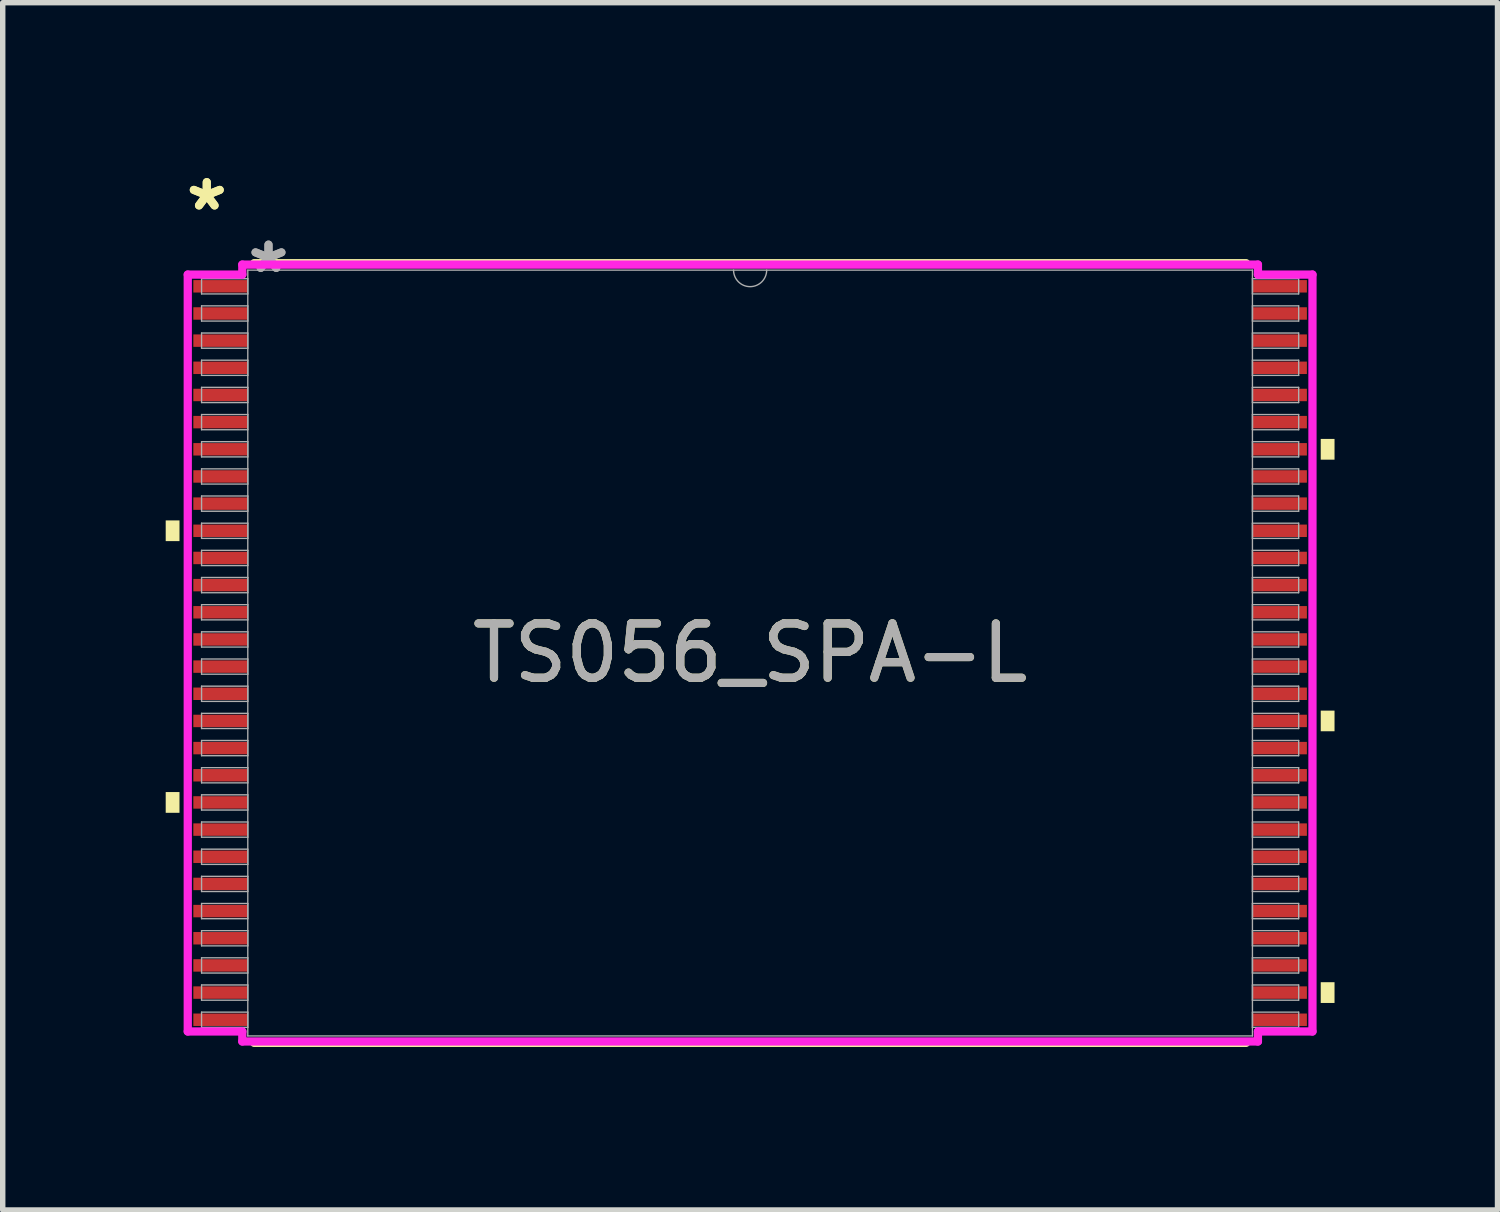
<source format=kicad_pcb>
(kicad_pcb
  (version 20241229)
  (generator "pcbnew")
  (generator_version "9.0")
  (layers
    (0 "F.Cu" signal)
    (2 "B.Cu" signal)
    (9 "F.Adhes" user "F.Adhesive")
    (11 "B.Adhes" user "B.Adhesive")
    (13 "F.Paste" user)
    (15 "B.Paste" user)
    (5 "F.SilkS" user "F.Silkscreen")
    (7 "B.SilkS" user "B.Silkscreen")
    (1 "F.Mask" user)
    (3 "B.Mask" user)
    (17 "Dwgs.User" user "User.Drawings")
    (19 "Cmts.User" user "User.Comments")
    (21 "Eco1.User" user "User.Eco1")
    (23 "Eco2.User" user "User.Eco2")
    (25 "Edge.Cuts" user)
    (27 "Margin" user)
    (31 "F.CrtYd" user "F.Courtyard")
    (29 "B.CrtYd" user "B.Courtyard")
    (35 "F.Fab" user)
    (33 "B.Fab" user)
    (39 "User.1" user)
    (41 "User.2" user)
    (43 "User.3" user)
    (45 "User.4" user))
  (footprint "TS056_SPA-L"
    (layer "F.Cu")
    (at 10.757 8.97)
    (property "Reference" "TS056_SPA-L" (at 0 0 0) (unlocked yes) (layer "F.SilkS") (effects (font (size 1 1) (thickness 0.15))))
    (attr smd)
    (fp_line (start -9.128 7.176) (end 9.128 7.176) (stroke (width 0.152) (type solid)) (layer "F.SilkS"))
    (fp_line (start 9.128 -7.176) (end -9.128 -7.176) (stroke (width 0.152) (type solid)) (layer "F.SilkS"))
    (fp_poly (pts (xy -10.757 -2.441) (xy -10.757 -2.06) (xy -10.503 -2.06) (xy -10.503 -2.441)) (stroke (width 0) (type solid)) (fill yes) (layer "F.SilkS"))
    (fp_poly (pts (xy -10.757 2.559) (xy -10.757 2.941) (xy -10.503 2.941) (xy -10.503 2.559)) (stroke (width 0) (type solid)) (fill yes) (layer "F.SilkS"))
    (fp_poly (pts (xy 10.757 -3.941) (xy 10.757 -3.559) (xy 10.503 -3.559) (xy 10.503 -3.941)) (stroke (width 0) (type solid)) (fill yes) (layer "F.SilkS"))
    (fp_poly (pts (xy 10.757 1.06) (xy 10.757 1.44) (xy 10.503 1.44) (xy 10.503 1.06)) (stroke (width 0) (type solid)) (fill yes) (layer "F.SilkS"))
    (fp_poly (pts (xy 10.757 6.059) (xy 10.757 6.441) (xy 10.503 6.441) (xy 10.503 6.059)) (stroke (width 0) (type solid)) (fill yes) (layer "F.SilkS"))
    (fp_line (start -10.351 -6.966) (end -9.347 -6.966) (stroke (width 0.152) (type solid)) (layer "F.CrtYd"))
    (fp_line (start -10.351 6.966) (end -10.351 -6.966) (stroke (width 0.152) (type solid)) (layer "F.CrtYd"))
    (fp_line (start -10.351 6.966) (end -9.347 6.966) (stroke (width 0.152) (type solid)) (layer "F.CrtYd"))
    (fp_line (start -9.347 -7.15) (end 9.347 -7.15) (stroke (width 0.152) (type solid)) (layer "F.CrtYd"))
    (fp_line (start -9.347 -6.966) (end -9.347 -7.15) (stroke (width 0.152) (type solid)) (layer "F.CrtYd"))
    (fp_line (start -9.347 7.15) (end -9.347 6.966) (stroke (width 0.152) (type solid)) (layer "F.CrtYd"))
    (fp_line (start 9.347 -7.15) (end 9.347 -6.966) (stroke (width 0.152) (type solid)) (layer "F.CrtYd"))
    (fp_line (start 9.347 6.966) (end 9.347 7.15) (stroke (width 0.152) (type solid)) (layer "F.CrtYd"))
    (fp_line (start 9.347 7.15) (end -9.347 7.15) (stroke (width 0.152) (type solid)) (layer "F.CrtYd"))
    (fp_line (start 10.351 -6.966) (end 9.347 -6.966) (stroke (width 0.152) (type solid)) (layer "F.CrtYd"))
    (fp_line (start 10.351 -6.966) (end 10.351 6.966) (stroke (width 0.152) (type solid)) (layer "F.CrtYd"))
    (fp_line (start 10.351 6.966) (end 9.347 6.966) (stroke (width 0.152) (type solid)) (layer "F.CrtYd"))
    (fp_line (start -10.097 -6.89) (end -10.097 -6.61) (stroke (width 0.025) (type solid)) (layer "F.Fab"))
    (fp_line (start -10.097 -6.61) (end -9.246 -6.61) (stroke (width 0.025) (type solid)) (layer "F.Fab"))
    (fp_line (start -10.097 -6.39) (end -10.097 -6.11) (stroke (width 0.025) (type solid)) (layer "F.Fab"))
    (fp_line (start -10.097 -6.11) (end -9.246 -6.11) (stroke (width 0.025) (type solid)) (layer "F.Fab"))
    (fp_line (start -10.097 -5.89) (end -10.097 -5.61) (stroke (width 0.025) (type solid)) (layer "F.Fab"))
    (fp_line (start -10.097 -5.61) (end -9.246 -5.61) (stroke (width 0.025) (type solid)) (layer "F.Fab"))
    (fp_line (start -10.097 -5.39) (end -10.097 -5.11) (stroke (width 0.025) (type solid)) (layer "F.Fab"))
    (fp_line (start -10.097 -5.11) (end -9.246 -5.11) (stroke (width 0.025) (type solid)) (layer "F.Fab"))
    (fp_line (start -10.097 -4.89) (end -10.097 -4.61) (stroke (width 0.025) (type solid)) (layer "F.Fab"))
    (fp_line (start -10.097 -4.61) (end -9.246 -4.61) (stroke (width 0.025) (type solid)) (layer "F.Fab"))
    (fp_line (start -10.097 -4.39) (end -10.097 -4.11) (stroke (width 0.025) (type solid)) (layer "F.Fab"))
    (fp_line (start -10.097 -4.11) (end -9.246 -4.11) (stroke (width 0.025) (type solid)) (layer "F.Fab"))
    (fp_line (start -10.097 -3.89) (end -10.097 -3.61) (stroke (width 0.025) (type solid)) (layer "F.Fab"))
    (fp_line (start -10.097 -3.61) (end -9.246 -3.61) (stroke (width 0.025) (type solid)) (layer "F.Fab"))
    (fp_line (start -10.097 -3.39) (end -10.097 -3.11) (stroke (width 0.025) (type solid)) (layer "F.Fab"))
    (fp_line (start -10.097 -3.11) (end -9.246 -3.11) (stroke (width 0.025) (type solid)) (layer "F.Fab"))
    (fp_line (start -10.097 -2.89) (end -10.097 -2.61) (stroke (width 0.025) (type solid)) (layer "F.Fab"))
    (fp_line (start -10.097 -2.61) (end -9.246 -2.61) (stroke (width 0.025) (type solid)) (layer "F.Fab"))
    (fp_line (start -10.097 -2.39) (end -10.097 -2.11) (stroke (width 0.025) (type solid)) (layer "F.Fab"))
    (fp_line (start -10.097 -2.11) (end -9.246 -2.11) (stroke (width 0.025) (type solid)) (layer "F.Fab"))
    (fp_line (start -10.097 -1.89) (end -10.097 -1.61) (stroke (width 0.025) (type solid)) (layer "F.Fab"))
    (fp_line (start -10.097 -1.61) (end -9.246 -1.61) (stroke (width 0.025) (type solid)) (layer "F.Fab"))
    (fp_line (start -10.097 -1.39) (end -10.097 -1.11) (stroke (width 0.025) (type solid)) (layer "F.Fab"))
    (fp_line (start -10.097 -1.11) (end -9.246 -1.11) (stroke (width 0.025) (type solid)) (layer "F.Fab"))
    (fp_line (start -10.097 -0.89) (end -10.097 -0.61) (stroke (width 0.025) (type solid)) (layer "F.Fab"))
    (fp_line (start -10.097 -0.61) (end -9.246 -0.61) (stroke (width 0.025) (type solid)) (layer "F.Fab"))
    (fp_line (start -10.097 -0.39) (end -10.097 -0.11) (stroke (width 0.025) (type solid)) (layer "F.Fab"))
    (fp_line (start -10.097 -0.11) (end -9.246 -0.11) (stroke (width 0.025) (type solid)) (layer "F.Fab"))
    (fp_line (start -10.097 0.11) (end -10.097 0.39) (stroke (width 0.025) (type solid)) (layer "F.Fab"))
    (fp_line (start -10.097 0.39) (end -9.246 0.39) (stroke (width 0.025) (type solid)) (layer "F.Fab"))
    (fp_line (start -10.097 0.61) (end -10.097 0.89) (stroke (width 0.025) (type solid)) (layer "F.Fab"))
    (fp_line (start -10.097 0.89) (end -9.246 0.89) (stroke (width 0.025) (type solid)) (layer "F.Fab"))
    (fp_line (start -10.097 1.11) (end -10.097 1.39) (stroke (width 0.025) (type solid)) (layer "F.Fab"))
    (fp_line (start -10.097 1.39) (end -9.246 1.39) (stroke (width 0.025) (type solid)) (layer "F.Fab"))
    (fp_line (start -10.097 1.61) (end -10.097 1.89) (stroke (width 0.025) (type solid)) (layer "F.Fab"))
    (fp_line (start -10.097 1.89) (end -9.246 1.89) (stroke (width 0.025) (type solid)) (layer "F.Fab"))
    (fp_line (start -10.097 2.11) (end -10.097 2.39) (stroke (width 0.025) (type solid)) (layer "F.Fab"))
    (fp_line (start -10.097 2.39) (end -9.246 2.39) (stroke (width 0.025) (type solid)) (layer "F.Fab"))
    (fp_line (start -10.097 2.61) (end -10.097 2.89) (stroke (width 0.025) (type solid)) (layer "F.Fab"))
    (fp_line (start -10.097 2.89) (end -9.246 2.89) (stroke (width 0.025) (type solid)) (layer "F.Fab"))
    (fp_line (start -10.097 3.11) (end -10.097 3.39) (stroke (width 0.025) (type solid)) (layer "F.Fab"))
    (fp_line (start -10.097 3.39) (end -9.246 3.39) (stroke (width 0.025) (type solid)) (layer "F.Fab"))
    (fp_line (start -10.097 3.61) (end -10.097 3.89) (stroke (width 0.025) (type solid)) (layer "F.Fab"))
    (fp_line (start -10.097 3.89) (end -9.246 3.89) (stroke (width 0.025) (type solid)) (layer "F.Fab"))
    (fp_line (start -10.097 4.11) (end -10.097 4.39) (stroke (width 0.025) (type solid)) (layer "F.Fab"))
    (fp_line (start -10.097 4.39) (end -9.246 4.39) (stroke (width 0.025) (type solid)) (layer "F.Fab"))
    (fp_line (start -10.097 4.61) (end -10.097 4.89) (stroke (width 0.025) (type solid)) (layer "F.Fab"))
    (fp_line (start -10.097 4.89) (end -9.246 4.89) (stroke (width 0.025) (type solid)) (layer "F.Fab"))
    (fp_line (start -10.097 5.11) (end -10.097 5.39) (stroke (width 0.025) (type solid)) (layer "F.Fab"))
    (fp_line (start -10.097 5.39) (end -9.246 5.39) (stroke (width 0.025) (type solid)) (layer "F.Fab"))
    (fp_line (start -10.097 5.61) (end -10.097 5.89) (stroke (width 0.025) (type solid)) (layer "F.Fab"))
    (fp_line (start -10.097 5.89) (end -9.246 5.89) (stroke (width 0.025) (type solid)) (layer "F.Fab"))
    (fp_line (start -10.097 6.11) (end -10.097 6.39) (stroke (width 0.025) (type solid)) (layer "F.Fab"))
    (fp_line (start -10.097 6.39) (end -9.246 6.39) (stroke (width 0.025) (type solid)) (layer "F.Fab"))
    (fp_line (start -10.097 6.61) (end -10.097 6.89) (stroke (width 0.025) (type solid)) (layer "F.Fab"))
    (fp_line (start -10.097 6.89) (end -9.246 6.89) (stroke (width 0.025) (type solid)) (layer "F.Fab"))
    (fp_line (start -9.246 -7.048) (end -9.246 7.048) (stroke (width 0.025) (type solid)) (layer "F.Fab"))
    (fp_line (start -9.246 -6.89) (end -10.097 -6.89) (stroke (width 0.025) (type solid)) (layer "F.Fab"))
    (fp_line (start -9.246 -6.61) (end -9.246 -6.89) (stroke (width 0.025) (type solid)) (layer "F.Fab"))
    (fp_line (start -9.246 -6.39) (end -10.097 -6.39) (stroke (width 0.025) (type solid)) (layer "F.Fab"))
    (fp_line (start -9.246 -6.11) (end -9.246 -6.39) (stroke (width 0.025) (type solid)) (layer "F.Fab"))
    (fp_line (start -9.246 -5.89) (end -10.097 -5.89) (stroke (width 0.025) (type solid)) (layer "F.Fab"))
    (fp_line (start -9.246 -5.61) (end -9.246 -5.89) (stroke (width 0.025) (type solid)) (layer "F.Fab"))
    (fp_line (start -9.246 -5.39) (end -10.097 -5.39) (stroke (width 0.025) (type solid)) (layer "F.Fab"))
    (fp_line (start -9.246 -5.11) (end -9.246 -5.39) (stroke (width 0.025) (type solid)) (layer "F.Fab"))
    (fp_line (start -9.246 -4.89) (end -10.097 -4.89) (stroke (width 0.025) (type solid)) (layer "F.Fab"))
    (fp_line (start -9.246 -4.61) (end -9.246 -4.89) (stroke (width 0.025) (type solid)) (layer "F.Fab"))
    (fp_line (start -9.246 -4.39) (end -10.097 -4.39) (stroke (width 0.025) (type solid)) (layer "F.Fab"))
    (fp_line (start -9.246 -4.11) (end -9.246 -4.39) (stroke (width 0.025) (type solid)) (layer "F.Fab"))
    (fp_line (start -9.246 -3.89) (end -10.097 -3.89) (stroke (width 0.025) (type solid)) (layer "F.Fab"))
    (fp_line (start -9.246 -3.61) (end -9.246 -3.89) (stroke (width 0.025) (type solid)) (layer "F.Fab"))
    (fp_line (start -9.246 -3.39) (end -10.097 -3.39) (stroke (width 0.025) (type solid)) (layer "F.Fab"))
    (fp_line (start -9.246 -3.11) (end -9.246 -3.39) (stroke (width 0.025) (type solid)) (layer "F.Fab"))
    (fp_line (start -9.246 -2.89) (end -10.097 -2.89) (stroke (width 0.025) (type solid)) (layer "F.Fab"))
    (fp_line (start -9.246 -2.61) (end -9.246 -2.89) (stroke (width 0.025) (type solid)) (layer "F.Fab"))
    (fp_line (start -9.246 -2.39) (end -10.097 -2.39) (stroke (width 0.025) (type solid)) (layer "F.Fab"))
    (fp_line (start -9.246 -2.11) (end -9.246 -2.39) (stroke (width 0.025) (type solid)) (layer "F.Fab"))
    (fp_line (start -9.246 -1.89) (end -10.097 -1.89) (stroke (width 0.025) (type solid)) (layer "F.Fab"))
    (fp_line (start -9.246 -1.61) (end -9.246 -1.89) (stroke (width 0.025) (type solid)) (layer "F.Fab"))
    (fp_line (start -9.246 -1.39) (end -10.097 -1.39) (stroke (width 0.025) (type solid)) (layer "F.Fab"))
    (fp_line (start -9.246 -1.11) (end -9.246 -1.39) (stroke (width 0.025) (type solid)) (layer "F.Fab"))
    (fp_line (start -9.246 -0.89) (end -10.097 -0.89) (stroke (width 0.025) (type solid)) (layer "F.Fab"))
    (fp_line (start -9.246 -0.61) (end -9.246 -0.89) (stroke (width 0.025) (type solid)) (layer "F.Fab"))
    (fp_line (start -9.246 -0.39) (end -10.097 -0.39) (stroke (width 0.025) (type solid)) (layer "F.Fab"))
    (fp_line (start -9.246 -0.11) (end -9.246 -0.39) (stroke (width 0.025) (type solid)) (layer "F.Fab"))
    (fp_line (start -9.246 0.11) (end -10.097 0.11) (stroke (width 0.025) (type solid)) (layer "F.Fab"))
    (fp_line (start -9.246 0.39) (end -9.246 0.11) (stroke (width 0.025) (type solid)) (layer "F.Fab"))
    (fp_line (start -9.246 0.61) (end -10.097 0.61) (stroke (width 0.025) (type solid)) (layer "F.Fab"))
    (fp_line (start -9.246 0.89) (end -9.246 0.61) (stroke (width 0.025) (type solid)) (layer "F.Fab"))
    (fp_line (start -9.246 1.11) (end -10.097 1.11) (stroke (width 0.025) (type solid)) (layer "F.Fab"))
    (fp_line (start -9.246 1.39) (end -9.246 1.11) (stroke (width 0.025) (type solid)) (layer "F.Fab"))
    (fp_line (start -9.246 1.61) (end -10.097 1.61) (stroke (width 0.025) (type solid)) (layer "F.Fab"))
    (fp_line (start -9.246 1.89) (end -9.246 1.61) (stroke (width 0.025) (type solid)) (layer "F.Fab"))
    (fp_line (start -9.246 2.11) (end -10.097 2.11) (stroke (width 0.025) (type solid)) (layer "F.Fab"))
    (fp_line (start -9.246 2.39) (end -9.246 2.11) (stroke (width 0.025) (type solid)) (layer "F.Fab"))
    (fp_line (start -9.246 2.61) (end -10.097 2.61) (stroke (width 0.025) (type solid)) (layer "F.Fab"))
    (fp_line (start -9.246 2.89) (end -9.246 2.61) (stroke (width 0.025) (type solid)) (layer "F.Fab"))
    (fp_line (start -9.246 3.11) (end -10.097 3.11) (stroke (width 0.025) (type solid)) (layer "F.Fab"))
    (fp_line (start -9.246 3.39) (end -9.246 3.11) (stroke (width 0.025) (type solid)) (layer "F.Fab"))
    (fp_line (start -9.246 3.61) (end -10.097 3.61) (stroke (width 0.025) (type solid)) (layer "F.Fab"))
    (fp_line (start -9.246 3.89) (end -9.246 3.61) (stroke (width 0.025) (type solid)) (layer "F.Fab"))
    (fp_line (start -9.246 4.11) (end -10.097 4.11) (stroke (width 0.025) (type solid)) (layer "F.Fab"))
    (fp_line (start -9.246 4.39) (end -9.246 4.11) (stroke (width 0.025) (type solid)) (layer "F.Fab"))
    (fp_line (start -9.246 4.61) (end -10.097 4.61) (stroke (width 0.025) (type solid)) (layer "F.Fab"))
    (fp_line (start -9.246 4.89) (end -9.246 4.61) (stroke (width 0.025) (type solid)) (layer "F.Fab"))
    (fp_line (start -9.246 5.11) (end -10.097 5.11) (stroke (width 0.025) (type solid)) (layer "F.Fab"))
    (fp_line (start -9.246 5.39) (end -9.246 5.11) (stroke (width 0.025) (type solid)) (layer "F.Fab"))
    (fp_line (start -9.246 5.61) (end -10.097 5.61) (stroke (width 0.025) (type solid)) (layer "F.Fab"))
    (fp_line (start -9.246 5.89) (end -9.246 5.61) (stroke (width 0.025) (type solid)) (layer "F.Fab"))
    (fp_line (start -9.246 6.11) (end -10.097 6.11) (stroke (width 0.025) (type solid)) (layer "F.Fab"))
    (fp_line (start -9.246 6.39) (end -9.246 6.11) (stroke (width 0.025) (type solid)) (layer "F.Fab"))
    (fp_line (start -9.246 6.61) (end -10.097 6.61) (stroke (width 0.025) (type solid)) (layer "F.Fab"))
    (fp_line (start -9.246 6.89) (end -9.246 6.61) (stroke (width 0.025) (type solid)) (layer "F.Fab"))
    (fp_line (start -9.246 7.048) (end 9.246 7.048) (stroke (width 0.025) (type solid)) (layer "F.Fab"))
    (fp_line (start 9.246 -7.048) (end -9.246 -7.048) (stroke (width 0.025) (type solid)) (layer "F.Fab"))
    (fp_line (start 9.246 -6.89) (end 9.246 -6.61) (stroke (width 0.025) (type solid)) (layer "F.Fab"))
    (fp_line (start 9.246 -6.61) (end 10.097 -6.61) (stroke (width 0.025) (type solid)) (layer "F.Fab"))
    (fp_line (start 9.246 -6.39) (end 9.246 -6.11) (stroke (width 0.025) (type solid)) (layer "F.Fab"))
    (fp_line (start 9.246 -6.11) (end 10.097 -6.11) (stroke (width 0.025) (type solid)) (layer "F.Fab"))
    (fp_line (start 9.246 -5.89) (end 9.246 -5.61) (stroke (width 0.025) (type solid)) (layer "F.Fab"))
    (fp_line (start 9.246 -5.61) (end 10.097 -5.61) (stroke (width 0.025) (type solid)) (layer "F.Fab"))
    (fp_line (start 9.246 -5.39) (end 9.246 -5.11) (stroke (width 0.025) (type solid)) (layer "F.Fab"))
    (fp_line (start 9.246 -5.11) (end 10.097 -5.11) (stroke (width 0.025) (type solid)) (layer "F.Fab"))
    (fp_line (start 9.246 -4.89) (end 9.246 -4.61) (stroke (width 0.025) (type solid)) (layer "F.Fab"))
    (fp_line (start 9.246 -4.61) (end 10.097 -4.61) (stroke (width 0.025) (type solid)) (layer "F.Fab"))
    (fp_line (start 9.246 -4.39) (end 9.246 -4.11) (stroke (width 0.025) (type solid)) (layer "F.Fab"))
    (fp_line (start 9.246 -4.11) (end 10.097 -4.11) (stroke (width 0.025) (type solid)) (layer "F.Fab"))
    (fp_line (start 9.246 -3.89) (end 9.246 -3.61) (stroke (width 0.025) (type solid)) (layer "F.Fab"))
    (fp_line (start 9.246 -3.61) (end 10.097 -3.61) (stroke (width 0.025) (type solid)) (layer "F.Fab"))
    (fp_line (start 9.246 -3.39) (end 9.246 -3.11) (stroke (width 0.025) (type solid)) (layer "F.Fab"))
    (fp_line (start 9.246 -3.11) (end 10.097 -3.11) (stroke (width 0.025) (type solid)) (layer "F.Fab"))
    (fp_line (start 9.246 -2.89) (end 9.246 -2.61) (stroke (width 0.025) (type solid)) (layer "F.Fab"))
    (fp_line (start 9.246 -2.61) (end 10.097 -2.61) (stroke (width 0.025) (type solid)) (layer "F.Fab"))
    (fp_line (start 9.246 -2.39) (end 9.246 -2.11) (stroke (width 0.025) (type solid)) (layer "F.Fab"))
    (fp_line (start 9.246 -2.11) (end 10.097 -2.11) (stroke (width 0.025) (type solid)) (layer "F.Fab"))
    (fp_line (start 9.246 -1.89) (end 9.246 -1.61) (stroke (width 0.025) (type solid)) (layer "F.Fab"))
    (fp_line (start 9.246 -1.61) (end 10.097 -1.61) (stroke (width 0.025) (type solid)) (layer "F.Fab"))
    (fp_line (start 9.246 -1.39) (end 9.246 -1.11) (stroke (width 0.025) (type solid)) (layer "F.Fab"))
    (fp_line (start 9.246 -1.11) (end 10.097 -1.11) (stroke (width 0.025) (type solid)) (layer "F.Fab"))
    (fp_line (start 9.246 -0.89) (end 9.246 -0.61) (stroke (width 0.025) (type solid)) (layer "F.Fab"))
    (fp_line (start 9.246 -0.61) (end 10.097 -0.61) (stroke (width 0.025) (type solid)) (layer "F.Fab"))
    (fp_line (start 9.246 -0.39) (end 9.246 -0.11) (stroke (width 0.025) (type solid)) (layer "F.Fab"))
    (fp_line (start 9.246 -0.11) (end 10.097 -0.11) (stroke (width 0.025) (type solid)) (layer "F.Fab"))
    (fp_line (start 9.246 0.11) (end 9.246 0.39) (stroke (width 0.025) (type solid)) (layer "F.Fab"))
    (fp_line (start 9.246 0.39) (end 10.097 0.39) (stroke (width 0.025) (type solid)) (layer "F.Fab"))
    (fp_line (start 9.246 0.61) (end 9.246 0.89) (stroke (width 0.025) (type solid)) (layer "F.Fab"))
    (fp_line (start 9.246 0.89) (end 10.097 0.89) (stroke (width 0.025) (type solid)) (layer "F.Fab"))
    (fp_line (start 9.246 1.11) (end 9.246 1.39) (stroke (width 0.025) (type solid)) (layer "F.Fab"))
    (fp_line (start 9.246 1.39) (end 10.097 1.39) (stroke (width 0.025) (type solid)) (layer "F.Fab"))
    (fp_line (start 9.246 1.61) (end 9.246 1.89) (stroke (width 0.025) (type solid)) (layer "F.Fab"))
    (fp_line (start 9.246 1.89) (end 10.097 1.89) (stroke (width 0.025) (type solid)) (layer "F.Fab"))
    (fp_line (start 9.246 2.11) (end 9.246 2.39) (stroke (width 0.025) (type solid)) (layer "F.Fab"))
    (fp_line (start 9.246 2.39) (end 10.097 2.39) (stroke (width 0.025) (type solid)) (layer "F.Fab"))
    (fp_line (start 9.246 2.61) (end 9.246 2.89) (stroke (width 0.025) (type solid)) (layer "F.Fab"))
    (fp_line (start 9.246 2.89) (end 10.097 2.89) (stroke (width 0.025) (type solid)) (layer "F.Fab"))
    (fp_line (start 9.246 3.11) (end 9.246 3.39) (stroke (width 0.025) (type solid)) (layer "F.Fab"))
    (fp_line (start 9.246 3.39) (end 10.097 3.39) (stroke (width 0.025) (type solid)) (layer "F.Fab"))
    (fp_line (start 9.246 3.61) (end 9.246 3.89) (stroke (width 0.025) (type solid)) (layer "F.Fab"))
    (fp_line (start 9.246 3.89) (end 10.097 3.89) (stroke (width 0.025) (type solid)) (layer "F.Fab"))
    (fp_line (start 9.246 4.11) (end 9.246 4.39) (stroke (width 0.025) (type solid)) (layer "F.Fab"))
    (fp_line (start 9.246 4.39) (end 10.097 4.39) (stroke (width 0.025) (type solid)) (layer "F.Fab"))
    (fp_line (start 9.246 4.61) (end 9.246 4.89) (stroke (width 0.025) (type solid)) (layer "F.Fab"))
    (fp_line (start 9.246 4.89) (end 10.097 4.89) (stroke (width 0.025) (type solid)) (layer "F.Fab"))
    (fp_line (start 9.246 5.11) (end 9.246 5.39) (stroke (width 0.025) (type solid)) (layer "F.Fab"))
    (fp_line (start 9.246 5.39) (end 10.097 5.39) (stroke (width 0.025) (type solid)) (layer "F.Fab"))
    (fp_line (start 9.246 5.61) (end 9.246 5.89) (stroke (width 0.025) (type solid)) (layer "F.Fab"))
    (fp_line (start 9.246 5.89) (end 10.097 5.89) (stroke (width 0.025) (type solid)) (layer "F.Fab"))
    (fp_line (start 9.246 6.11) (end 9.246 6.39) (stroke (width 0.025) (type solid)) (layer "F.Fab"))
    (fp_line (start 9.246 6.39) (end 10.097 6.39) (stroke (width 0.025) (type solid)) (layer "F.Fab"))
    (fp_line (start 9.246 6.61) (end 9.246 6.89) (stroke (width 0.025) (type solid)) (layer "F.Fab"))
    (fp_line (start 9.246 6.89) (end 10.097 6.89) (stroke (width 0.025) (type solid)) (layer "F.Fab"))
    (fp_line (start 9.246 7.048) (end 9.246 -7.048) (stroke (width 0.025) (type solid)) (layer "F.Fab"))
    (fp_line (start 10.097 -6.89) (end 9.246 -6.89) (stroke (width 0.025) (type solid)) (layer "F.Fab"))
    (fp_line (start 10.097 -6.61) (end 10.097 -6.89) (stroke (width 0.025) (type solid)) (layer "F.Fab"))
    (fp_line (start 10.097 -6.39) (end 9.246 -6.39) (stroke (width 0.025) (type solid)) (layer "F.Fab"))
    (fp_line (start 10.097 -6.11) (end 10.097 -6.39) (stroke (width 0.025) (type solid)) (layer "F.Fab"))
    (fp_line (start 10.097 -5.89) (end 9.246 -5.89) (stroke (width 0.025) (type solid)) (layer "F.Fab"))
    (fp_line (start 10.097 -5.61) (end 10.097 -5.89) (stroke (width 0.025) (type solid)) (layer "F.Fab"))
    (fp_line (start 10.097 -5.39) (end 9.246 -5.39) (stroke (width 0.025) (type solid)) (layer "F.Fab"))
    (fp_line (start 10.097 -5.11) (end 10.097 -5.39) (stroke (width 0.025) (type solid)) (layer "F.Fab"))
    (fp_line (start 10.097 -4.89) (end 9.246 -4.89) (stroke (width 0.025) (type solid)) (layer "F.Fab"))
    (fp_line (start 10.097 -4.61) (end 10.097 -4.89) (stroke (width 0.025) (type solid)) (layer "F.Fab"))
    (fp_line (start 10.097 -4.39) (end 9.246 -4.39) (stroke (width 0.025) (type solid)) (layer "F.Fab"))
    (fp_line (start 10.097 -4.11) (end 10.097 -4.39) (stroke (width 0.025) (type solid)) (layer "F.Fab"))
    (fp_line (start 10.097 -3.89) (end 9.246 -3.89) (stroke (width 0.025) (type solid)) (layer "F.Fab"))
    (fp_line (start 10.097 -3.61) (end 10.097 -3.89) (stroke (width 0.025) (type solid)) (layer "F.Fab"))
    (fp_line (start 10.097 -3.39) (end 9.246 -3.39) (stroke (width 0.025) (type solid)) (layer "F.Fab"))
    (fp_line (start 10.097 -3.11) (end 10.097 -3.39) (stroke (width 0.025) (type solid)) (layer "F.Fab"))
    (fp_line (start 10.097 -2.89) (end 9.246 -2.89) (stroke (width 0.025) (type solid)) (layer "F.Fab"))
    (fp_line (start 10.097 -2.61) (end 10.097 -2.89) (stroke (width 0.025) (type solid)) (layer "F.Fab"))
    (fp_line (start 10.097 -2.39) (end 9.246 -2.39) (stroke (width 0.025) (type solid)) (layer "F.Fab"))
    (fp_line (start 10.097 -2.11) (end 10.097 -2.39) (stroke (width 0.025) (type solid)) (layer "F.Fab"))
    (fp_line (start 10.097 -1.89) (end 9.246 -1.89) (stroke (width 0.025) (type solid)) (layer "F.Fab"))
    (fp_line (start 10.097 -1.61) (end 10.097 -1.89) (stroke (width 0.025) (type solid)) (layer "F.Fab"))
    (fp_line (start 10.097 -1.39) (end 9.246 -1.39) (stroke (width 0.025) (type solid)) (layer "F.Fab"))
    (fp_line (start 10.097 -1.11) (end 10.097 -1.39) (stroke (width 0.025) (type solid)) (layer "F.Fab"))
    (fp_line (start 10.097 -0.89) (end 9.246 -0.89) (stroke (width 0.025) (type solid)) (layer "F.Fab"))
    (fp_line (start 10.097 -0.61) (end 10.097 -0.89) (stroke (width 0.025) (type solid)) (layer "F.Fab"))
    (fp_line (start 10.097 -0.39) (end 9.246 -0.39) (stroke (width 0.025) (type solid)) (layer "F.Fab"))
    (fp_line (start 10.097 -0.11) (end 10.097 -0.39) (stroke (width 0.025) (type solid)) (layer "F.Fab"))
    (fp_line (start 10.097 0.11) (end 9.246 0.11) (stroke (width 0.025) (type solid)) (layer "F.Fab"))
    (fp_line (start 10.097 0.39) (end 10.097 0.11) (stroke (width 0.025) (type solid)) (layer "F.Fab"))
    (fp_line (start 10.097 0.61) (end 9.246 0.61) (stroke (width 0.025) (type solid)) (layer "F.Fab"))
    (fp_line (start 10.097 0.89) (end 10.097 0.61) (stroke (width 0.025) (type solid)) (layer "F.Fab"))
    (fp_line (start 10.097 1.11) (end 9.246 1.11) (stroke (width 0.025) (type solid)) (layer "F.Fab"))
    (fp_line (start 10.097 1.39) (end 10.097 1.11) (stroke (width 0.025) (type solid)) (layer "F.Fab"))
    (fp_line (start 10.097 1.61) (end 9.246 1.61) (stroke (width 0.025) (type solid)) (layer "F.Fab"))
    (fp_line (start 10.097 1.89) (end 10.097 1.61) (stroke (width 0.025) (type solid)) (layer "F.Fab"))
    (fp_line (start 10.097 2.11) (end 9.246 2.11) (stroke (width 0.025) (type solid)) (layer "F.Fab"))
    (fp_line (start 10.097 2.39) (end 10.097 2.11) (stroke (width 0.025) (type solid)) (layer "F.Fab"))
    (fp_line (start 10.097 2.61) (end 9.246 2.61) (stroke (width 0.025) (type solid)) (layer "F.Fab"))
    (fp_line (start 10.097 2.89) (end 10.097 2.61) (stroke (width 0.025) (type solid)) (layer "F.Fab"))
    (fp_line (start 10.097 3.11) (end 9.246 3.11) (stroke (width 0.025) (type solid)) (layer "F.Fab"))
    (fp_line (start 10.097 3.39) (end 10.097 3.11) (stroke (width 0.025) (type solid)) (layer "F.Fab"))
    (fp_line (start 10.097 3.61) (end 9.246 3.61) (stroke (width 0.025) (type solid)) (layer "F.Fab"))
    (fp_line (start 10.097 3.89) (end 10.097 3.61) (stroke (width 0.025) (type solid)) (layer "F.Fab"))
    (fp_line (start 10.097 4.11) (end 9.246 4.11) (stroke (width 0.025) (type solid)) (layer "F.Fab"))
    (fp_line (start 10.097 4.39) (end 10.097 4.11) (stroke (width 0.025) (type solid)) (layer "F.Fab"))
    (fp_line (start 10.097 4.61) (end 9.246 4.61) (stroke (width 0.025) (type solid)) (layer "F.Fab"))
    (fp_line (start 10.097 4.89) (end 10.097 4.61) (stroke (width 0.025) (type solid)) (layer "F.Fab"))
    (fp_line (start 10.097 5.11) (end 9.246 5.11) (stroke (width 0.025) (type solid)) (layer "F.Fab"))
    (fp_line (start 10.097 5.39) (end 10.097 5.11) (stroke (width 0.025) (type solid)) (layer "F.Fab"))
    (fp_line (start 10.097 5.61) (end 9.246 5.61) (stroke (width 0.025) (type solid)) (layer "F.Fab"))
    (fp_line (start 10.097 5.89) (end 10.097 5.61) (stroke (width 0.025) (type solid)) (layer "F.Fab"))
    (fp_line (start 10.097 6.11) (end 9.246 6.11) (stroke (width 0.025) (type solid)) (layer "F.Fab"))
    (fp_line (start 10.097 6.39) (end 10.097 6.11) (stroke (width 0.025) (type solid)) (layer "F.Fab"))
    (fp_line (start 10.097 6.61) (end 9.246 6.61) (stroke (width 0.025) (type solid)) (layer "F.Fab"))
    (fp_line (start 10.097 6.89) (end 10.097 6.61) (stroke (width 0.025) (type solid)) (layer "F.Fab"))
    (fp_arc (start 0.3048 -7.0485) (mid 0 -6.7437) (end -0.3048 -7.0485) (stroke (width 0.0254) (type solid)) (layer "F.Fab"))
    (fp_text user "*" (at -10.001 -8.122 0) (unlocked yes) (layer "F.SilkS") (effects (font (size 1 1) (thickness 0.15))))
    (fp_text user "*" (at -10.001 -8.122 0) (layer "F.SilkS") (effects (font (size 1 1) (thickness 0.15))))
    (fp_text user "*" (at -8.865 -6.972 0) (layer "F.Fab") (effects (font (size 1 1) (thickness 0.15))))
    (fp_text user "${REFERENCE}" (at 0 0 0) (unlocked yes) (layer "F.Fab") (effects (font (size 1 1) (thickness 0.15))))
    (fp_text user "*" (at -8.865 -6.972 0) (unlocked yes) (layer "F.Fab") (effects (font (size 1 1) (thickness 0.15))))
    (pad "1" smd rect (at -9.747 -6.75) (size 1.003 0.229) (layers "F.Cu" "F.Mask" "F.Paste"))
    (pad "2" smd rect (at -9.747 -6.25) (size 1.003 0.229) (layers "F.Cu" "F.Mask" "F.Paste"))
    (pad "3" smd rect (at -9.747 -5.75) (size 1.003 0.229) (layers "F.Cu" "F.Mask" "F.Paste"))
    (pad "4" smd rect (at -9.747 -5.25) (size 1.003 0.229) (layers "F.Cu" "F.Mask" "F.Paste"))
    (pad "5" smd rect (at -9.747 -4.75) (size 1.003 0.229) (layers "F.Cu" "F.Mask" "F.Paste"))
    (pad "6" smd rect (at -9.747 -4.25) (size 1.003 0.229) (layers "F.Cu" "F.Mask" "F.Paste"))
    (pad "7" smd rect (at -9.747 -3.75) (size 1.003 0.229) (layers "F.Cu" "F.Mask" "F.Paste"))
    (pad "8" smd rect (at -9.747 -3.25) (size 1.003 0.229) (layers "F.Cu" "F.Mask" "F.Paste"))
    (pad "9" smd rect (at -9.747 -2.75) (size 1.003 0.229) (layers "F.Cu" "F.Mask" "F.Paste"))
    (pad "10" smd rect (at -9.747 -2.25) (size 1.003 0.229) (layers "F.Cu" "F.Mask" "F.Paste"))
    (pad "11" smd rect (at -9.747 -1.75) (size 1.003 0.229) (layers "F.Cu" "F.Mask" "F.Paste"))
    (pad "12" smd rect (at -9.747 -1.25) (size 1.003 0.229) (layers "F.Cu" "F.Mask" "F.Paste"))
    (pad "13" smd rect (at -9.747 -0.75) (size 1.003 0.229) (layers "F.Cu" "F.Mask" "F.Paste"))
    (pad "14" smd rect (at -9.747 -0.25) (size 1.003 0.229) (layers "F.Cu" "F.Mask" "F.Paste"))
    (pad "15" smd rect (at -9.747 0.25) (size 1.003 0.229) (layers "F.Cu" "F.Mask" "F.Paste"))
    (pad "16" smd rect (at -9.747 0.75) (size 1.003 0.229) (layers "F.Cu" "F.Mask" "F.Paste"))
    (pad "17" smd rect (at -9.747 1.25) (size 1.003 0.229) (layers "F.Cu" "F.Mask" "F.Paste"))
    (pad "18" smd rect (at -9.747 1.75) (size 1.003 0.229) (layers "F.Cu" "F.Mask" "F.Paste"))
    (pad "19" smd rect (at -9.747 2.25) (size 1.003 0.229) (layers "F.Cu" "F.Mask" "F.Paste"))
    (pad "20" smd rect (at -9.747 2.75) (size 1.003 0.229) (layers "F.Cu" "F.Mask" "F.Paste"))
    (pad "21" smd rect (at -9.747 3.25) (size 1.003 0.229) (layers "F.Cu" "F.Mask" "F.Paste"))
    (pad "22" smd rect (at -9.747 3.75) (size 1.003 0.229) (layers "F.Cu" "F.Mask" "F.Paste"))
    (pad "23" smd rect (at -9.747 4.25) (size 1.003 0.229) (layers "F.Cu" "F.Mask" "F.Paste"))
    (pad "24" smd rect (at -9.747 4.75) (size 1.003 0.229) (layers "F.Cu" "F.Mask" "F.Paste"))
    (pad "25" smd rect (at -9.747 5.25) (size 1.003 0.229) (layers "F.Cu" "F.Mask" "F.Paste"))
    (pad "26" smd rect (at -9.747 5.75) (size 1.003 0.229) (layers "F.Cu" "F.Mask" "F.Paste"))
    (pad "27" smd rect (at -9.747 6.25) (size 1.003 0.229) (layers "F.Cu" "F.Mask" "F.Paste"))
    (pad "28" smd rect (at -9.747 6.75) (size 1.003 0.229) (layers "F.Cu" "F.Mask" "F.Paste"))
    (pad "29" smd rect (at 9.747 6.75) (size 1.003 0.229) (layers "F.Cu" "F.Mask" "F.Paste"))
    (pad "30" smd rect (at 9.747 6.25) (size 1.003 0.229) (layers "F.Cu" "F.Mask" "F.Paste"))
    (pad "31" smd rect (at 9.747 5.75) (size 1.003 0.229) (layers "F.Cu" "F.Mask" "F.Paste"))
    (pad "32" smd rect (at 9.747 5.25) (size 1.003 0.229) (layers "F.Cu" "F.Mask" "F.Paste"))
    (pad "33" smd rect (at 9.747 4.75) (size 1.003 0.229) (layers "F.Cu" "F.Mask" "F.Paste"))
    (pad "34" smd rect (at 9.747 4.25) (size 1.003 0.229) (layers "F.Cu" "F.Mask" "F.Paste"))
    (pad "35" smd rect (at 9.747 3.75) (size 1.003 0.229) (layers "F.Cu" "F.Mask" "F.Paste"))
    (pad "36" smd rect (at 9.747 3.25) (size 1.003 0.229) (layers "F.Cu" "F.Mask" "F.Paste"))
    (pad "37" smd rect (at 9.747 2.75) (size 1.003 0.229) (layers "F.Cu" "F.Mask" "F.Paste"))
    (pad "38" smd rect (at 9.747 2.25) (size 1.003 0.229) (layers "F.Cu" "F.Mask" "F.Paste"))
    (pad "39" smd rect (at 9.747 1.75) (size 1.003 0.229) (layers "F.Cu" "F.Mask" "F.Paste"))
    (pad "40" smd rect (at 9.747 1.25) (size 1.003 0.229) (layers "F.Cu" "F.Mask" "F.Paste"))
    (pad "41" smd rect (at 9.747 0.75) (size 1.003 0.229) (layers "F.Cu" "F.Mask" "F.Paste"))
    (pad "42" smd rect (at 9.747 0.25) (size 1.003 0.229) (layers "F.Cu" "F.Mask" "F.Paste"))
    (pad "43" smd rect (at 9.747 -0.25) (size 1.003 0.229) (layers "F.Cu" "F.Mask" "F.Paste"))
    (pad "44" smd rect (at 9.747 -0.75) (size 1.003 0.229) (layers "F.Cu" "F.Mask" "F.Paste"))
    (pad "45" smd rect (at 9.747 -1.25) (size 1.003 0.229) (layers "F.Cu" "F.Mask" "F.Paste"))
    (pad "46" smd rect (at 9.747 -1.75) (size 1.003 0.229) (layers "F.Cu" "F.Mask" "F.Paste"))
    (pad "47" smd rect (at 9.747 -2.25) (size 1.003 0.229) (layers "F.Cu" "F.Mask" "F.Paste"))
    (pad "48" smd rect (at 9.747 -2.75) (size 1.003 0.229) (layers "F.Cu" "F.Mask" "F.Paste"))
    (pad "49" smd rect (at 9.747 -3.25) (size 1.003 0.229) (layers "F.Cu" "F.Mask" "F.Paste"))
    (pad "50" smd rect (at 9.747 -3.75) (size 1.003 0.229) (layers "F.Cu" "F.Mask" "F.Paste"))
    (pad "51" smd rect (at 9.747 -4.25) (size 1.003 0.229) (layers "F.Cu" "F.Mask" "F.Paste"))
    (pad "52" smd rect (at 9.747 -4.75) (size 1.003 0.229) (layers "F.Cu" "F.Mask" "F.Paste"))
    (pad "53" smd rect (at 9.747 -5.25) (size 1.003 0.229) (layers "F.Cu" "F.Mask" "F.Paste"))
    (pad "54" smd rect (at 9.747 -5.75) (size 1.003 0.229) (layers "F.Cu" "F.Mask" "F.Paste"))
    (pad "55" smd rect (at 9.747 -6.25) (size 1.003 0.229) (layers "F.Cu" "F.Mask" "F.Paste"))
    (pad "56" smd rect (at 9.747 -6.75) (size 1.003 0.229) (layers "F.Cu" "F.Mask" "F.Paste")))
  (gr_rect
    (start -3 -3)
    (end 24.514 19.222)
    (stroke (width 0.1) (type default))
    (fill no)
    (layer "Edge.Cuts")))
</source>
